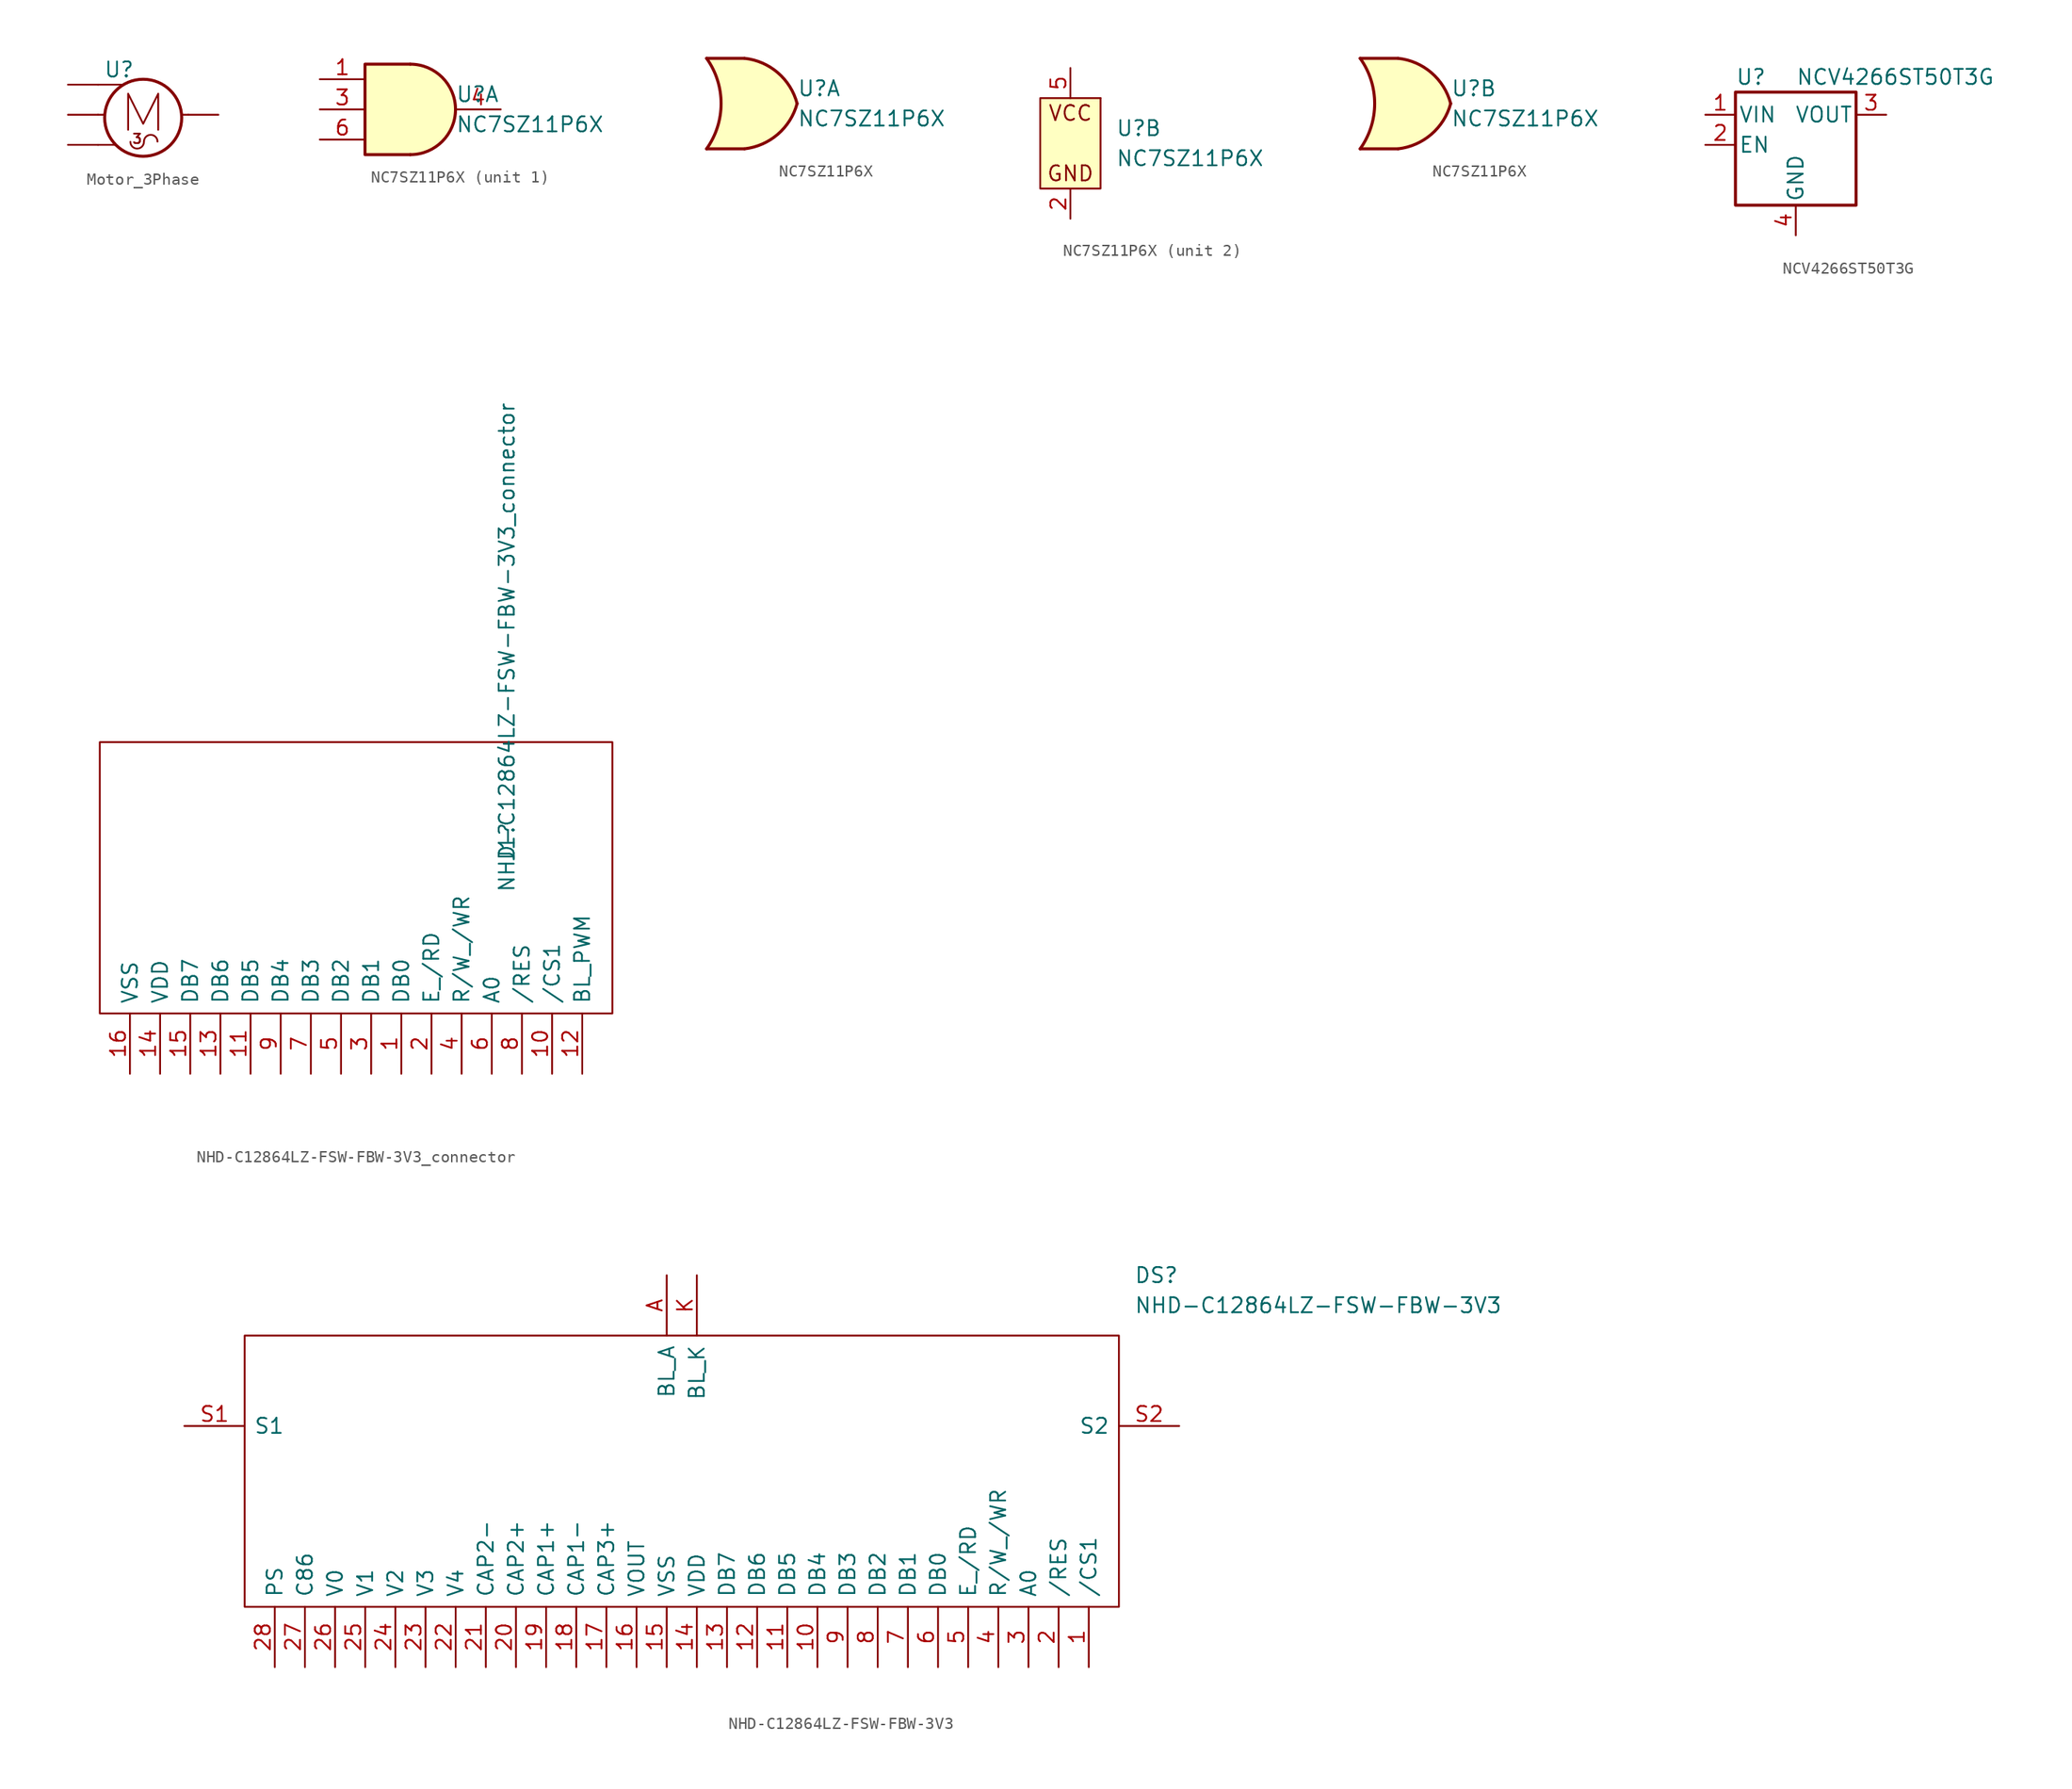
<source format=kicad_sym>
(kicad_symbol_lib
  (version 20231120)
  (generator "kicad_symbol_editor")
  (generator_version "8.0")
  (symbol "Motor_3Phase"
    (property "Reference" "U"
      (at -2.032 3.81 0)
      (effects (font (size 1.27 1.27))))
    (property "Value" ""
      (at 0 0 0)
      (effects (font (size 1.27 1.27))))
    (symbol "Motor_3Phase_0_0"
      (polyline (pts (xy -1.27 -1.27) (xy -1.27 1.778) (xy 0 -0.762) (xy 1.27 1.778) (xy 1.27 -1.27)) (stroke (width 0) (type default)) (fill (type none))))
    (symbol "Motor_3Phase_0_1"
      (arc (start -1.0795 -2.286) (mid -0.508 -2.8575) (end 0.0635 -2.286) (stroke (width 0) (type default)) (fill (type none)))
      (circle (center 0 -0.254) (radius 3.251) (stroke (width 0.254) (type default)) (fill (type none)))
      (polyline (pts (xy -3.81 -2.54) (xy -2.286 -2.54)) (stroke (width 0) (type default)) (fill (type none)))
      (polyline (pts (xy -3.81 0) (xy -3.302 0)) (stroke (width 0) (type default)) (fill (type none)))
      (polyline (pts (xy -3.81 2.54) (xy -1.778 2.54)) (stroke (width 0) (type default)) (fill (type none)))
      (arc (start 1.2095 -2.2668) (mid 0.638 -1.6953) (end 0.0665 -2.2668) (stroke (width 0) (type default)) (fill (type none))))
    (symbol "Motor_3Phase_1_1"
      (polyline (pts (xy 3.81 0) (xy 3.302 0)) (stroke (width 0) (type default)) (fill (type none)))
      (text "3" (at -0.508 -2.032 0) (effects (font (size 0.8 0.8))))
      (pin passive line (at -6.35 -2.54 0) (length 2.54) (name "" (effects (font (size 1.27 1.27)))) (number "" (effects (font (size 1.27 1.27)))))
      (pin passive line (at -6.35 0 0) (length 2.54) (name "" (effects (font (size 1.27 1.27)))) (number "" (effects (font (size 1.27 1.27)))))
      (pin passive line (at -6.35 2.54 0) (length 2.54) (name "" (effects (font (size 1.27 1.27)))) (number "" (effects (font (size 1.27 1.27)))))
      (pin passive line (at 6.35 0 180) (length 2.54) (name "" (effects (font (size 1.27 1.27)))) (number "" (effects (font (size 1.27 1.27)))))))
  (symbol "NC7SZ11P6X"
    (pin_names
      (offset 1.016) hide)
    (property "Reference" "U"
      (at 3.81 1.27 0)
      (effects (font (size 1.27 1.27)) (justify left)))
    (property "Value" "NC7SZ11P6X"
      (at 3.81 -1.27 0)
      (effects (font (size 1.27 1.27)) (justify left)))
    (property "ki_locked" ""
      (at 0 0 0)
      (effects (font (size 1.27 1.27))))
    (symbol "NC7SZ11P6X_1_1"
      (arc (start 0 -3.81) (mid 3.7934 0) (end 0 3.81) (stroke (width 0.254) (type default)) (fill (type background)))
      (polyline (pts (xy 0 3.81) (xy -3.81 3.81) (xy -3.81 -3.81) (xy 0 -3.81)) (stroke (width 0.254) (type default)) (fill (type background)))
      (pin input line (at -7.62 2.54 0) (length 3.81) (name "A" (effects (font (size 1.27 1.27)))) (number "1" (effects (font (size 1.27 1.27)))))
      (pin input line (at -7.62 0 0) (length 3.81) (name "B" (effects (font (size 1.27 1.27)))) (number "3" (effects (font (size 1.27 1.27)))))
      (pin output line (at 7.62 0 180) (length 3.81) (name "Y" (effects (font (size 1.27 1.27)))) (number "4" (effects (font (size 1.27 1.27)))))
      (pin input line (at -7.62 -2.54 0) (length 3.81) (name "C" (effects (font (size 1.27 1.27)))) (number "6" (effects (font (size 1.27 1.27))))))
    (symbol "NC7SZ11P6X_1_2"
      (arc (start -3.81 -3.81) (mid -2.589 0) (end -3.81 3.81) (stroke (width 0.254) (type default)) (fill (type none)))
      (arc (start -0.6096 -3.81) (mid 2.1842 -2.5851) (end 3.81 0) (stroke (width 0.254) (type default)) (fill (type background)))
      (polyline (pts (xy -3.81 -3.81) (xy -0.635 -3.81)) (stroke (width 0.254) (type default)) (fill (type background)))
      (polyline (pts (xy -3.81 3.81) (xy -0.635 3.81)) (stroke (width 0.254) (type default)) (fill (type background)))
      (polyline (pts (xy -0.635 3.81) (xy -3.81 3.81) (xy -3.81 3.81) (xy -3.556 3.404) (xy -3.023 2.261) (xy -2.692 1.041) (xy -2.616 -0.254) (xy -2.769 -1.499) (xy -3.175 -2.718) (xy -3.81 -3.81) (xy -3.81 -3.81) (xy -0.635 -3.81)) (stroke (width -25.4) (type default)) (fill (type background)))
      (arc (start 3.81 0) (mid 2.1915 2.5936) (end -0.6096 3.81) (stroke (width 0.254) (type default)) (fill (type background))))
    (symbol "NC7SZ11P6X_2_1"
      (rectangle (start -2.54 -3.81) (end 2.54 3.81) (stroke (width 0) (type default)) (fill (type background)))
      (rectangle (start 2.54 3.81) (end 2.54 3.81) (stroke (width 0) (type default)) (fill (type none)))
      (text "GND" (at 0 -2.54 0) (effects (font (size 1.27 1.27))))
      (text "VCC" (at 0 2.54 0) (effects (font (size 1.27 1.27))))
      (pin power_in line (at 0 -6.35 90) (length 2.54) (name "GND" (effects (font (size 1.27 1.27)))) (number "2" (effects (font (size 1.27 1.27)))))
      (pin power_in line (at 0 6.35 270) (length 2.54) (name "VCC" (effects (font (size 1.27 1.27)))) (number "5" (effects (font (size 1.27 1.27))))))
    (symbol "NC7SZ11P6X_2_2"
      (arc (start -3.81 -3.81) (mid -2.589 0) (end -3.81 3.81) (stroke (width 0.254) (type default)) (fill (type none)))
      (arc (start -0.6096 -3.81) (mid 2.1842 -2.5851) (end 3.81 0) (stroke (width 0.254) (type default)) (fill (type background)))
      (polyline (pts (xy -3.81 -3.81) (xy -0.635 -3.81)) (stroke (width 0.254) (type default)) (fill (type background)))
      (polyline (pts (xy -3.81 3.81) (xy -0.635 3.81)) (stroke (width 0.254) (type default)) (fill (type background)))
      (polyline (pts (xy -0.635 3.81) (xy -3.81 3.81) (xy -3.81 3.81) (xy -3.556 3.404) (xy -3.023 2.261) (xy -2.692 1.041) (xy -2.616 -0.254) (xy -2.769 -1.499) (xy -3.175 -2.718) (xy -3.81 -3.81) (xy -3.81 -3.81) (xy -0.635 -3.81)) (stroke (width -25.4) (type default)) (fill (type background)))
      (arc (start 3.81 0) (mid 2.1915 2.5936) (end -0.6096 3.81) (stroke (width 0.254) (type default)) (fill (type background)))))
  (symbol "NCV4266ST50T3G"
    (pin_names
      (offset 0.254))
    (property "Reference" "U"
      (at -5.08 5.715 0)
      (effects (font (size 1.27 1.27)) (justify left)))
    (property "Value" "NCV4266ST50T3G"
      (at 0 5.715 0)
      (effects (font (size 1.27 1.27)) (justify left)))
    (symbol "NCV4266ST50T3G_0_1"
      (rectangle (start -5.08 4.445) (end 5.08 -5.08) (stroke (width 0.254) (type default)) (fill (type none))))
    (symbol "NCV4266ST50T3G_1_1"
      (pin power_in line (at -7.62 2.54 0) (length 2.54) (name "VIN" (effects (font (size 1.27 1.27)))) (number "1" (effects (font (size 1.27 1.27)))))
      (pin input line (at -7.62 0 0) (length 2.54) (name "EN" (effects (font (size 1.27 1.27)))) (number "2" (effects (font (size 1.27 1.27)))))
      (pin power_out line (at 7.62 2.54 180) (length 2.54) (name "VOUT" (effects (font (size 1.27 1.27)))) (number "3" (effects (font (size 1.27 1.27)))))
      (pin power_in line (at 0 -7.62 90) (length 2.54) (name "GND" (effects (font (size 1.27 1.27)))) (number "4" (effects (font (size 1.27 1.27)))))))
  (symbol "NHD-C12864LZ-FSW-FBW-3V3_connector"
    (pin_names
      (offset 0.762))
    (property "Reference" "J1"
      (at 12.7 1.27 90)
      (effects (font (size 1.27 1.27)) (justify left)))
    (property "Value" "NHD-C12864LZ-FSW-FBW-3V3_connector"
      (at 12.7 -1.27 90)
      (effects (font (size 1.27 1.27)) (justify left)))
    (symbol "NHD-C12864LZ-FSW-FBW-3V3_connector_0_0"
      (pin passive line (at 3.81 -16.51 90) (length 5.08) (name "DB0" (effects (font (size 1.27 1.27)))) (number "1" (effects (font (size 1.27 1.27)))))
      (pin passive line (at 16.51 -16.51 90) (length 5.08) (name "/CS1" (effects (font (size 1.27 1.27)))) (number "10" (effects (font (size 1.27 1.27)))))
      (pin passive line (at -8.89 -16.51 90) (length 5.08) (name "DB5" (effects (font (size 1.27 1.27)))) (number "11" (effects (font (size 1.27 1.27)))))
      (pin passive line (at 19.05 -16.51 90) (length 5.08) (name "BL_PWM" (effects (font (size 1.27 1.27)))) (number "12" (effects (font (size 1.27 1.27)))))
      (pin passive line (at -11.43 -16.51 90) (length 5.08) (name "DB6" (effects (font (size 1.27 1.27)))) (number "13" (effects (font (size 1.27 1.27)))))
      (pin passive line (at -16.51 -16.51 90) (length 5.08) (name "VDD" (effects (font (size 1.27 1.27)))) (number "14" (effects (font (size 1.27 1.27)))))
      (pin passive line (at -13.97 -16.51 90) (length 5.08) (name "DB7" (effects (font (size 1.27 1.27)))) (number "15" (effects (font (size 1.27 1.27)))))
      (pin passive line (at -19.05 -16.51 90) (length 5.08) (name "VSS" (effects (font (size 1.27 1.27)))) (number "16" (effects (font (size 1.27 1.27)))))
      (pin passive line (at 6.35 -16.51 90) (length 5.08) (name "E_/RD" (effects (font (size 1.27 1.27)))) (number "2" (effects (font (size 1.27 1.27)))))
      (pin passive line (at 1.27 -16.51 90) (length 5.08) (name "DB1" (effects (font (size 1.27 1.27)))) (number "3" (effects (font (size 1.27 1.27)))))
      (pin passive line (at 8.89 -16.51 90) (length 5.08) (name "R/W_/WR" (effects (font (size 1.27 1.27)))) (number "4" (effects (font (size 1.27 1.27)))))
      (pin passive line (at -1.27 -16.51 90) (length 5.08) (name "DB2" (effects (font (size 1.27 1.27)))) (number "5" (effects (font (size 1.27 1.27)))))
      (pin passive line (at 11.43 -16.51 90) (length 5.08) (name "A0" (effects (font (size 1.27 1.27)))) (number "6" (effects (font (size 1.27 1.27)))))
      (pin passive line (at -3.81 -16.51 90) (length 5.08) (name "DB3" (effects (font (size 1.27 1.27)))) (number "7" (effects (font (size 1.27 1.27)))))
      (pin passive line (at 13.97 -16.51 90) (length 5.08) (name "/RES" (effects (font (size 1.27 1.27)))) (number "8" (effects (font (size 1.27 1.27)))))
      (pin passive line (at -6.35 -16.51 90) (length 5.08) (name "DB4" (effects (font (size 1.27 1.27)))) (number "9" (effects (font (size 1.27 1.27))))))
    (symbol "NHD-C12864LZ-FSW-FBW-3V3_connector_0_1"
      (polyline (pts (xy -21.59 11.43) (xy 21.59 11.43) (xy 21.59 -11.43) (xy -21.59 -11.43) (xy -21.59 11.43)) (stroke (width 0.152) (type default)) (fill (type none)))))
  (symbol "NHD-C12864LZ-FSW-FBW-3V3"
    (pin_names
      (offset 0.762))
    (property "Reference" "DS"
      (at 80.01 12.7 0)
      (effects (font (size 1.27 1.27)) (justify left)))
    (property "Value" "NHD-C12864LZ-FSW-FBW-3V3"
      (at 80.01 10.16 0)
      (effects (font (size 1.27 1.27)) (justify left)))
    (symbol "NHD-C12864LZ-FSW-FBW-3V3_0_0"
      (pin passive line (at 76.2 -20.32 90) (length 5.08) (name "/CS1" (effects (font (size 1.27 1.27)))) (number "1" (effects (font (size 1.27 1.27)))))
      (pin passive line (at 53.34 -20.32 90) (length 5.08) (name "DB4" (effects (font (size 1.27 1.27)))) (number "10" (effects (font (size 1.27 1.27)))))
      (pin passive line (at 50.8 -20.32 90) (length 5.08) (name "DB5" (effects (font (size 1.27 1.27)))) (number "11" (effects (font (size 1.27 1.27)))))
      (pin passive line (at 48.26 -20.32 90) (length 5.08) (name "DB6" (effects (font (size 1.27 1.27)))) (number "12" (effects (font (size 1.27 1.27)))))
      (pin passive line (at 45.72 -20.32 90) (length 5.08) (name "DB7" (effects (font (size 1.27 1.27)))) (number "13" (effects (font (size 1.27 1.27)))))
      (pin passive line (at 43.18 -20.32 90) (length 5.08) (name "VDD" (effects (font (size 1.27 1.27)))) (number "14" (effects (font (size 1.27 1.27)))))
      (pin passive line (at 40.64 -20.32 90) (length 5.08) (name "VSS" (effects (font (size 1.27 1.27)))) (number "15" (effects (font (size 1.27 1.27)))))
      (pin passive line (at 38.1 -20.32 90) (length 5.08) (name "VOUT" (effects (font (size 1.27 1.27)))) (number "16" (effects (font (size 1.27 1.27)))))
      (pin passive line (at 35.56 -20.32 90) (length 5.08) (name "CAP3+" (effects (font (size 1.27 1.27)))) (number "17" (effects (font (size 1.27 1.27)))))
      (pin passive line (at 33.02 -20.32 90) (length 5.08) (name "CAP1-" (effects (font (size 1.27 1.27)))) (number "18" (effects (font (size 1.27 1.27)))))
      (pin passive line (at 30.48 -20.32 90) (length 5.08) (name "CAP1+" (effects (font (size 1.27 1.27)))) (number "19" (effects (font (size 1.27 1.27)))))
      (pin passive line (at 73.66 -20.32 90) (length 5.08) (name "/RES" (effects (font (size 1.27 1.27)))) (number "2" (effects (font (size 1.27 1.27)))))
      (pin passive line (at 27.94 -20.32 90) (length 5.08) (name "CAP2+" (effects (font (size 1.27 1.27)))) (number "20" (effects (font (size 1.27 1.27)))))
      (pin passive line (at 25.4 -20.32 90) (length 5.08) (name "CAP2-" (effects (font (size 1.27 1.27)))) (number "21" (effects (font (size 1.27 1.27)))))
      (pin passive line (at 22.86 -20.32 90) (length 5.08) (name "V4" (effects (font (size 1.27 1.27)))) (number "22" (effects (font (size 1.27 1.27)))))
      (pin passive line (at 20.32 -20.32 90) (length 5.08) (name "V3" (effects (font (size 1.27 1.27)))) (number "23" (effects (font (size 1.27 1.27)))))
      (pin passive line (at 17.78 -20.32 90) (length 5.08) (name "V2" (effects (font (size 1.27 1.27)))) (number "24" (effects (font (size 1.27 1.27)))))
      (pin passive line (at 15.24 -20.32 90) (length 5.08) (name "V1" (effects (font (size 1.27 1.27)))) (number "25" (effects (font (size 1.27 1.27)))))
      (pin passive line (at 12.7 -20.32 90) (length 5.08) (name "V0" (effects (font (size 1.27 1.27)))) (number "26" (effects (font (size 1.27 1.27)))))
      (pin passive line (at 10.16 -20.32 90) (length 5.08) (name "C86" (effects (font (size 1.27 1.27)))) (number "27" (effects (font (size 1.27 1.27)))))
      (pin passive line (at 7.62 -20.32 90) (length 5.08) (name "PS" (effects (font (size 1.27 1.27)))) (number "28" (effects (font (size 1.27 1.27)))))
      (pin passive line (at 71.12 -20.32 90) (length 5.08) (name "A0" (effects (font (size 1.27 1.27)))) (number "3" (effects (font (size 1.27 1.27)))))
      (pin passive line (at 68.58 -20.32 90) (length 5.08) (name "R/W_/WR" (effects (font (size 1.27 1.27)))) (number "4" (effects (font (size 1.27 1.27)))))
      (pin passive line (at 66.04 -20.32 90) (length 5.08) (name "E_/RD" (effects (font (size 1.27 1.27)))) (number "5" (effects (font (size 1.27 1.27)))))
      (pin passive line (at 63.5 -20.32 90) (length 5.08) (name "DB0" (effects (font (size 1.27 1.27)))) (number "6" (effects (font (size 1.27 1.27)))))
      (pin passive line (at 60.96 -20.32 90) (length 5.08) (name "DB1" (effects (font (size 1.27 1.27)))) (number "7" (effects (font (size 1.27 1.27)))))
      (pin passive line (at 58.42 -20.32 90) (length 5.08) (name "DB2" (effects (font (size 1.27 1.27)))) (number "8" (effects (font (size 1.27 1.27)))))
      (pin passive line (at 55.88 -20.32 90) (length 5.08) (name "DB3" (effects (font (size 1.27 1.27)))) (number "9" (effects (font (size 1.27 1.27)))))
      (pin passive line (at 40.64 12.7 270) (length 5.08) (name "BL_A" (effects (font (size 1.27 1.27)))) (number "A" (effects (font (size 1.27 1.27)))))
      (pin passive line (at 43.18 12.7 270) (length 5.08) (name "BL_K" (effects (font (size 1.27 1.27)))) (number "K" (effects (font (size 1.27 1.27)))))
      (pin passive line (at 0 0 0) (length 5.08) (name "S1" (effects (font (size 1.27 1.27)))) (number "S1" (effects (font (size 1.27 1.27)))))
      (pin passive line (at 83.82 0 180) (length 5.08) (name "S2" (effects (font (size 1.27 1.27)))) (number "S2" (effects (font (size 1.27 1.27))))))
    (symbol "NHD-C12864LZ-FSW-FBW-3V3_0_1"
      (polyline (pts (xy 5.08 7.62) (xy 78.74 7.62) (xy 78.74 -15.24) (xy 5.08 -15.24) (xy 5.08 7.62)) (stroke (width 0.152) (type default)) (fill (type none))))))
</source>
